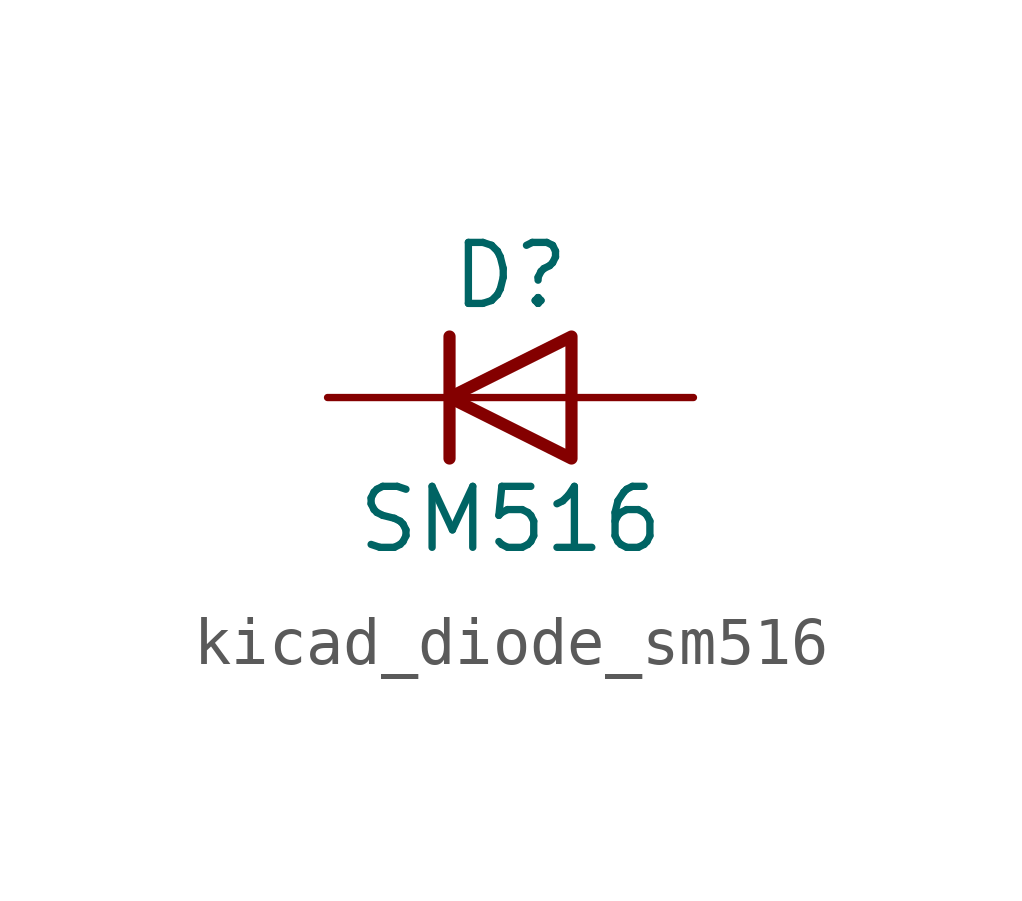
<source format=kicad_sym>
(kicad_symbol_lib
  (version 20220914)
  (generator kicad_symbol_editor)
  (symbol "kicad_diode_sm516"
    (pin_numbers hide)
    (pin_names hide)
    (property "Reference" "D"
      (at 0 2.54 0)
      (effects (font (size 1.27 1.27))))
    (property "Value" "SM516"
      (at 0 -2.54 0)
      (effects (font (size 1.27 1.27))))
    (symbol "kicad_diode_sm516_0_1"
      (polyline (pts (xy -1.27 1.27) (xy -1.27 -1.27)) (stroke (width 0.254) (type default)) (fill (type none)))
      (polyline (pts (xy 1.27 0) (xy -1.27 0)) (stroke (width 0) (type default)) (fill (type none)))
      (polyline (pts (xy 1.27 1.27) (xy 1.27 -1.27) (xy -1.27 0) (xy 1.27 1.27)) (stroke (width 0.254) (type default)) (fill (type none))))
    (symbol "kicad_diode_sm516_1_1"
      (pin passive line (at -3.81 0 0) (length 2.54) (name "K" (effects (font (size 1.27 1.27)))) (number "1" (effects (font (size 1.27 1.27)))))
      (pin passive line (at 3.81 0 180) (length 2.54) (name "A" (effects (font (size 1.27 1.27)))) (number "2" (effects (font (size 1.27 1.27))))))))
</source>
